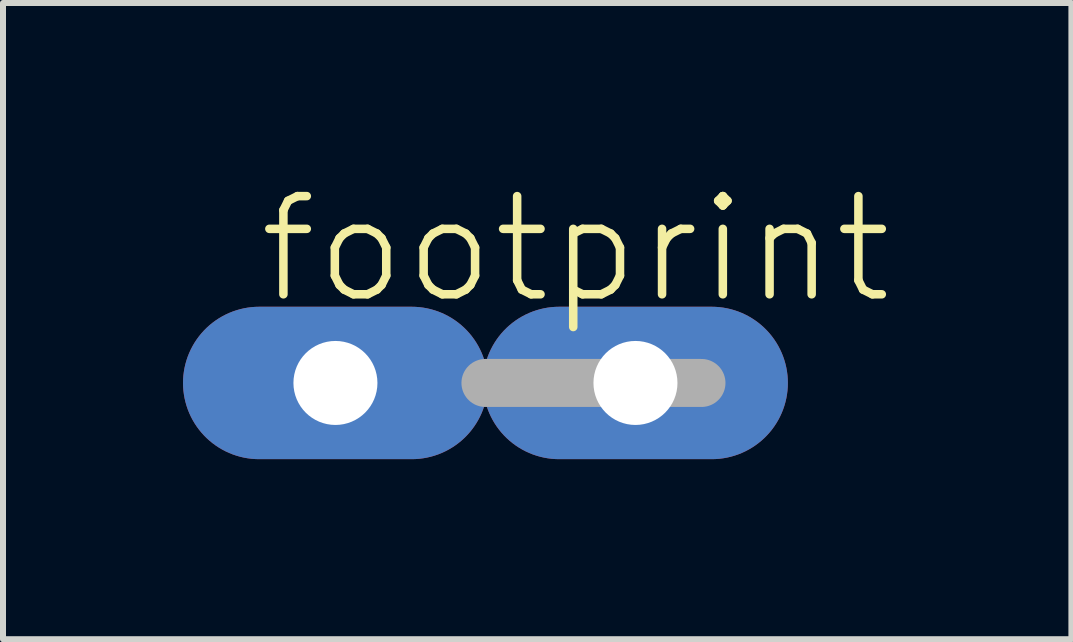
<source format=kicad_pcb>
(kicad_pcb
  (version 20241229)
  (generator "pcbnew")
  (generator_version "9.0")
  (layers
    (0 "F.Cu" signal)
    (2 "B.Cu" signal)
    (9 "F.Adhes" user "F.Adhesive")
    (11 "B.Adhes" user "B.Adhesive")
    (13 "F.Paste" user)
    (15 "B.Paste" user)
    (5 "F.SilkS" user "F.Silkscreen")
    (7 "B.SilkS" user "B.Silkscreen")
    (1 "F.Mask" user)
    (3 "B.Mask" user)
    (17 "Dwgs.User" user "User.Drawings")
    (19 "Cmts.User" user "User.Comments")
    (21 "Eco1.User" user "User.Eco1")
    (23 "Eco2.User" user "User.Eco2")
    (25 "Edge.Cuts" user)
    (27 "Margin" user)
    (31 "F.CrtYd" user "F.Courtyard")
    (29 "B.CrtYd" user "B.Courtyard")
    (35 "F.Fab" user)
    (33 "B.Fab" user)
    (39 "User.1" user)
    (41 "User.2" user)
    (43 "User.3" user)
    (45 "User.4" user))
  (footprint "footprint"
    (layer "F.Cu")
    (at 5.04 3.332)
    (property "Reference" "footprint" (at -3.85 -1.27 0) (layer "F.SilkS") (effects (font (size 1.636 1.636) (thickness 0.142)) (justify left bottom)))
    (fp_line (start 0 0) (end 3.6 0) (stroke (width 0.8) (type solid)) (layer "F.Fab"))
    (pad "A1" thru_hole oval (at -2.5 0) (size 5.08 2.54) (drill 1.4) (layers "*.Cu" "*.Mask"))
    (pad "A2" thru_hole oval (at 2.5 0) (size 5.08 2.54) (drill 1.4) (layers "*.Cu" "*.Mask")))
  (gr_rect
    (start -3 -3)
    (end 14.805 7.602)
    (stroke (width 0.1) (type default))
    (fill no)
    (layer "Edge.Cuts")))
</source>
